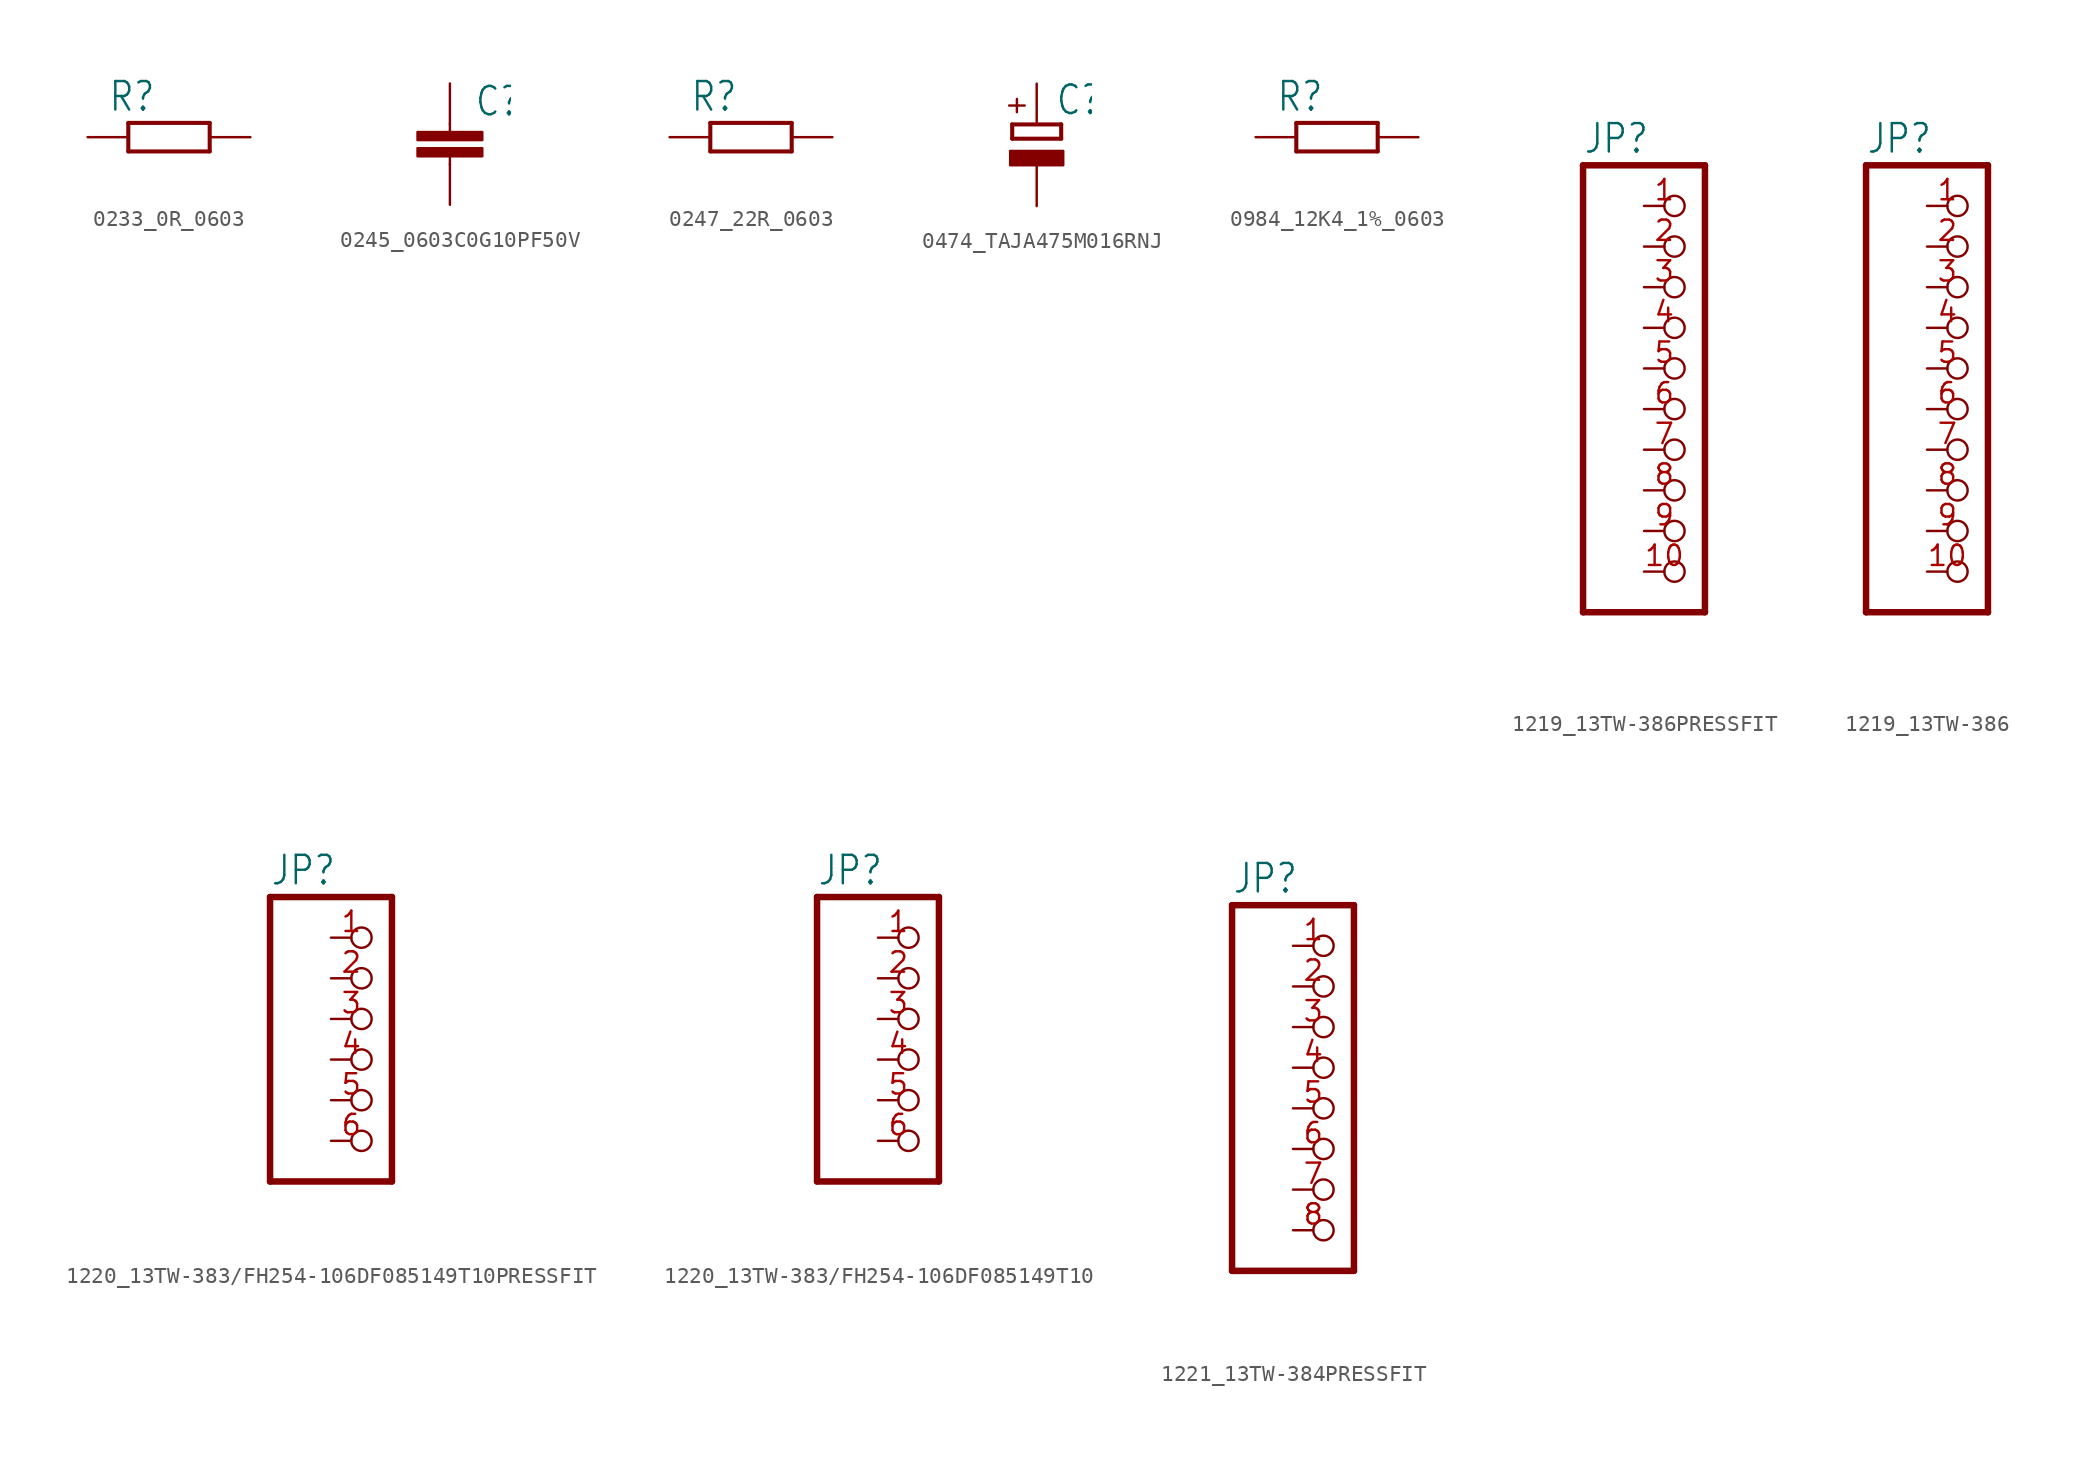
<source format=kicad_sym>
(kicad_symbol_lib
  (version 20220914)
  (generator kicad_symbol_editor)
  (symbol "0233_0R_0603"
    (property "Reference" "R"
      (at -3.81 1.499 0)
      (effects (font (size 1.778 1.511)) (justify left bottom)))
    (property "Value" ""
      (at -3.81 -3.302 0)
      (effects (font (size 1.778 1.511)) (justify left bottom)))
    (property "ki_locked" ""
      (at 0 0 0)
      (effects (font (size 1.27 1.27))))
    (symbol "0233_0R_0603_1_0"
      (polyline (pts (xy -2.54 -0.889) (xy -2.54 0.889)) (stroke (width 0.254) (type solid)) (fill (type none)))
      (polyline (pts (xy -2.54 -0.889) (xy 2.54 -0.889)) (stroke (width 0.254) (type solid)) (fill (type none)))
      (polyline (pts (xy 2.54 -0.889) (xy 2.54 0.889)) (stroke (width 0.254) (type solid)) (fill (type none)))
      (polyline (pts (xy 2.54 0.889) (xy -2.54 0.889)) (stroke (width 0.254) (type solid)) (fill (type none)))
      (pin passive line (at -5.08 0 0) (length 2.54) (name "1" (effects (font (size 0 0)))) (number "1" (effects (font (size 0 0)))))
      (pin passive line (at 5.08 0 180) (length 2.54) (name "2" (effects (font (size 0 0)))) (number "2" (effects (font (size 0 0)))))))
  (symbol "0245_0603C0G10PF50V"
    (property "Reference" "C"
      (at 1.524 0.381 0)
      (effects (font (size 1.778 1.511)) (justify left bottom)))
    (property "Value" ""
      (at 1.524 -4.699 0)
      (effects (font (size 1.778 1.511)) (justify left bottom)))
    (property "ki_locked" ""
      (at 0 0 0)
      (effects (font (size 1.27 1.27))))
    (symbol "0245_0603C0G10PF50V_1_0"
      (rectangle (start -2.032 -2.032) (end 2.032 -1.524) (stroke (width 0) (type default)) (fill (type outline)))
      (rectangle (start -2.032 -1.016) (end 2.032 -0.508) (stroke (width 0) (type default)) (fill (type outline)))
      (polyline (pts (xy 0 -2.54) (xy 0 -2.032)) (stroke (width 0.152) (type solid)) (fill (type none)))
      (polyline (pts (xy 0 0) (xy 0 -0.508)) (stroke (width 0.152) (type solid)) (fill (type none)))
      (pin passive line (at 0 2.54 270) (length 2.54) (name "1" (effects (font (size 0 0)))) (number "1" (effects (font (size 0 0)))))
      (pin passive line (at 0 -5.08 90) (length 2.54) (name "2" (effects (font (size 0 0)))) (number "2" (effects (font (size 0 0)))))))
  (symbol "0247_22R_0603"
    (property "Reference" "R"
      (at -3.81 1.499 0)
      (effects (font (size 1.778 1.511)) (justify left bottom)))
    (property "Value" ""
      (at -3.81 -3.302 0)
      (effects (font (size 1.778 1.511)) (justify left bottom)))
    (property "ki_locked" ""
      (at 0 0 0)
      (effects (font (size 1.27 1.27))))
    (symbol "0247_22R_0603_1_0"
      (polyline (pts (xy -2.54 -0.889) (xy -2.54 0.889)) (stroke (width 0.254) (type solid)) (fill (type none)))
      (polyline (pts (xy -2.54 -0.889) (xy 2.54 -0.889)) (stroke (width 0.254) (type solid)) (fill (type none)))
      (polyline (pts (xy 2.54 -0.889) (xy 2.54 0.889)) (stroke (width 0.254) (type solid)) (fill (type none)))
      (polyline (pts (xy 2.54 0.889) (xy -2.54 0.889)) (stroke (width 0.254) (type solid)) (fill (type none)))
      (pin passive line (at -5.08 0 0) (length 2.54) (name "1" (effects (font (size 0 0)))) (number "1" (effects (font (size 0 0)))))
      (pin passive line (at 5.08 0 180) (length 2.54) (name "2" (effects (font (size 0 0)))) (number "2" (effects (font (size 0 0)))))))
  (symbol "0474_TAJA475M016RNJ"
    (property "Reference" "C"
      (at 1.143 0.483 0)
      (effects (font (size 1.778 1.511)) (justify left bottom)))
    (property "Value" ""
      (at 1.143 -4.597 0)
      (effects (font (size 1.778 1.511)) (justify left bottom)))
    (property "ki_locked" ""
      (at 0 0 0)
      (effects (font (size 1.27 1.27))))
    (symbol "0474_TAJA475M016RNJ_1_0"
      (rectangle (start -1.651 -2.54) (end 1.651 -1.651) (stroke (width 0) (type default)) (fill (type outline)))
      (polyline (pts (xy -1.524 -0.889) (xy 1.524 -0.889)) (stroke (width 0.254) (type solid)) (fill (type none)))
      (polyline (pts (xy -1.524 0) (xy -1.524 -0.889)) (stroke (width 0.254) (type solid)) (fill (type none)))
      (polyline (pts (xy -1.524 0) (xy 1.524 0)) (stroke (width 0.254) (type solid)) (fill (type none)))
      (polyline (pts (xy 1.524 -0.889) (xy 1.524 0)) (stroke (width 0.254) (type solid)) (fill (type none)))
      (text "+" (at -0.584 0.406 900) (effects (font (size 1.27 1.079)) (justify left bottom)))
      (pin passive line (at 0 2.54 270) (length 2.54) (name "+" (effects (font (size 0 0)))) (number "+" (effects (font (size 0 0)))))
      (pin passive line (at 0 -5.08 90) (length 2.54) (name "-" (effects (font (size 0 0)))) (number "-" (effects (font (size 0 0)))))))
  (symbol "0984_12K4_1%_0603"
    (property "Reference" "R"
      (at -3.81 1.499 0)
      (effects (font (size 1.778 1.511)) (justify left bottom)))
    (property "Value" ""
      (at -3.81 -3.302 0)
      (effects (font (size 1.778 1.511)) (justify left bottom)))
    (property "ki_locked" ""
      (at 0 0 0)
      (effects (font (size 1.27 1.27))))
    (symbol "0984_12K4_1%_0603_1_0"
      (polyline (pts (xy -2.54 -0.889) (xy -2.54 0.889)) (stroke (width 0.254) (type solid)) (fill (type none)))
      (polyline (pts (xy -2.54 -0.889) (xy 2.54 -0.889)) (stroke (width 0.254) (type solid)) (fill (type none)))
      (polyline (pts (xy 2.54 -0.889) (xy 2.54 0.889)) (stroke (width 0.254) (type solid)) (fill (type none)))
      (polyline (pts (xy 2.54 0.889) (xy -2.54 0.889)) (stroke (width 0.254) (type solid)) (fill (type none)))
      (pin passive line (at -5.08 0 0) (length 2.54) (name "1" (effects (font (size 0 0)))) (number "1" (effects (font (size 0 0)))))
      (pin passive line (at 5.08 0 180) (length 2.54) (name "2" (effects (font (size 0 0)))) (number "2" (effects (font (size 0 0)))))))
  (symbol "1219_13TW-386PRESSFIT"
    (property "Reference" "JP"
      (at -6.35 13.335 0)
      (effects (font (size 1.778 1.511)) (justify left bottom)))
    (property "Value" ""
      (at -6.35 -17.78 0)
      (effects (font (size 1.778 1.511)) (justify left bottom)))
    (property "ki_locked" ""
      (at 0 0 0)
      (effects (font (size 1.27 1.27))))
    (symbol "1219_13TW-386PRESSFIT_1_0"
      (polyline (pts (xy -6.35 -15.24) (xy 1.27 -15.24)) (stroke (width 0.406) (type solid)) (fill (type none)))
      (polyline (pts (xy -6.35 12.7) (xy -6.35 -15.24)) (stroke (width 0.406) (type solid)) (fill (type none)))
      (polyline (pts (xy 1.27 -15.24) (xy 1.27 12.7)) (stroke (width 0.406) (type solid)) (fill (type none)))
      (polyline (pts (xy 1.27 12.7) (xy -6.35 12.7)) (stroke (width 0.406) (type solid)) (fill (type none)))
      (pin passive inverted (at -2.54 10.16 0) (length 2.54) (name "1" (effects (font (size 0 0)))) (number "1" (effects (font (size 1.27 1.27)))))
      (pin passive inverted (at -2.54 -12.7 0) (length 2.54) (name "10" (effects (font (size 0 0)))) (number "10" (effects (font (size 1.27 1.27)))))
      (pin passive inverted (at -2.54 7.62 0) (length 2.54) (name "2" (effects (font (size 0 0)))) (number "2" (effects (font (size 1.27 1.27)))))
      (pin passive inverted (at -2.54 5.08 0) (length 2.54) (name "3" (effects (font (size 0 0)))) (number "3" (effects (font (size 1.27 1.27)))))
      (pin passive inverted (at -2.54 2.54 0) (length 2.54) (name "4" (effects (font (size 0 0)))) (number "4" (effects (font (size 1.27 1.27)))))
      (pin passive inverted (at -2.54 0 0) (length 2.54) (name "5" (effects (font (size 0 0)))) (number "5" (effects (font (size 1.27 1.27)))))
      (pin passive inverted (at -2.54 -2.54 0) (length 2.54) (name "6" (effects (font (size 0 0)))) (number "6" (effects (font (size 1.27 1.27)))))
      (pin passive inverted (at -2.54 -5.08 0) (length 2.54) (name "7" (effects (font (size 0 0)))) (number "7" (effects (font (size 1.27 1.27)))))
      (pin passive inverted (at -2.54 -7.62 0) (length 2.54) (name "8" (effects (font (size 0 0)))) (number "8" (effects (font (size 1.27 1.27)))))
      (pin passive inverted (at -2.54 -10.16 0) (length 2.54) (name "9" (effects (font (size 0 0)))) (number "9" (effects (font (size 1.27 1.27)))))))
  (symbol "1219_13TW-386"
    (property "Reference" "JP"
      (at -6.35 13.335 0)
      (effects (font (size 1.778 1.511)) (justify left bottom)))
    (property "Value" ""
      (at -6.35 -17.78 0)
      (effects (font (size 1.778 1.511)) (justify left bottom)))
    (property "ki_locked" ""
      (at 0 0 0)
      (effects (font (size 1.27 1.27))))
    (symbol "1219_13TW-386_1_0"
      (polyline (pts (xy -6.35 -15.24) (xy 1.27 -15.24)) (stroke (width 0.406) (type solid)) (fill (type none)))
      (polyline (pts (xy -6.35 12.7) (xy -6.35 -15.24)) (stroke (width 0.406) (type solid)) (fill (type none)))
      (polyline (pts (xy 1.27 -15.24) (xy 1.27 12.7)) (stroke (width 0.406) (type solid)) (fill (type none)))
      (polyline (pts (xy 1.27 12.7) (xy -6.35 12.7)) (stroke (width 0.406) (type solid)) (fill (type none)))
      (pin passive inverted (at -2.54 10.16 0) (length 2.54) (name "1" (effects (font (size 0 0)))) (number "1" (effects (font (size 1.27 1.27)))))
      (pin passive inverted (at -2.54 -12.7 0) (length 2.54) (name "10" (effects (font (size 0 0)))) (number "10" (effects (font (size 1.27 1.27)))))
      (pin passive inverted (at -2.54 7.62 0) (length 2.54) (name "2" (effects (font (size 0 0)))) (number "2" (effects (font (size 1.27 1.27)))))
      (pin passive inverted (at -2.54 5.08 0) (length 2.54) (name "3" (effects (font (size 0 0)))) (number "3" (effects (font (size 1.27 1.27)))))
      (pin passive inverted (at -2.54 2.54 0) (length 2.54) (name "4" (effects (font (size 0 0)))) (number "4" (effects (font (size 1.27 1.27)))))
      (pin passive inverted (at -2.54 0 0) (length 2.54) (name "5" (effects (font (size 0 0)))) (number "5" (effects (font (size 1.27 1.27)))))
      (pin passive inverted (at -2.54 -2.54 0) (length 2.54) (name "6" (effects (font (size 0 0)))) (number "6" (effects (font (size 1.27 1.27)))))
      (pin passive inverted (at -2.54 -5.08 0) (length 2.54) (name "7" (effects (font (size 0 0)))) (number "7" (effects (font (size 1.27 1.27)))))
      (pin passive inverted (at -2.54 -7.62 0) (length 2.54) (name "8" (effects (font (size 0 0)))) (number "8" (effects (font (size 1.27 1.27)))))
      (pin passive inverted (at -2.54 -10.16 0) (length 2.54) (name "9" (effects (font (size 0 0)))) (number "9" (effects (font (size 1.27 1.27)))))))
  (symbol "1220_13TW-383/FH254-106DF085149T10PRESSFIT"
    (property "Reference" "JP"
      (at -6.35 10.795 0)
      (effects (font (size 1.778 1.511)) (justify left bottom)))
    (property "Value" ""
      (at -6.35 -10.16 0)
      (effects (font (size 1.778 1.511)) (justify left bottom)))
    (property "ki_locked" ""
      (at 0 0 0)
      (effects (font (size 1.27 1.27))))
    (symbol "1220_13TW-383/FH254-106DF085149T10PRESSFIT_1_0"
      (polyline (pts (xy -6.35 -7.62) (xy 1.27 -7.62)) (stroke (width 0.406) (type solid)) (fill (type none)))
      (polyline (pts (xy -6.35 10.16) (xy -6.35 -7.62)) (stroke (width 0.406) (type solid)) (fill (type none)))
      (polyline (pts (xy 1.27 -7.62) (xy 1.27 10.16)) (stroke (width 0.406) (type solid)) (fill (type none)))
      (polyline (pts (xy 1.27 10.16) (xy -6.35 10.16)) (stroke (width 0.406) (type solid)) (fill (type none)))
      (pin passive inverted (at -2.54 7.62 0) (length 2.54) (name "1" (effects (font (size 0 0)))) (number "1" (effects (font (size 1.27 1.27)))))
      (pin passive inverted (at -2.54 5.08 0) (length 2.54) (name "2" (effects (font (size 0 0)))) (number "2" (effects (font (size 1.27 1.27)))))
      (pin passive inverted (at -2.54 2.54 0) (length 2.54) (name "3" (effects (font (size 0 0)))) (number "3" (effects (font (size 1.27 1.27)))))
      (pin passive inverted (at -2.54 0 0) (length 2.54) (name "4" (effects (font (size 0 0)))) (number "4" (effects (font (size 1.27 1.27)))))
      (pin passive inverted (at -2.54 -2.54 0) (length 2.54) (name "5" (effects (font (size 0 0)))) (number "5" (effects (font (size 1.27 1.27)))))
      (pin passive inverted (at -2.54 -5.08 0) (length 2.54) (name "6" (effects (font (size 0 0)))) (number "6" (effects (font (size 1.27 1.27)))))))
  (symbol "1220_13TW-383/FH254-106DF085149T10"
    (property "Reference" "JP"
      (at -6.35 10.795 0)
      (effects (font (size 1.778 1.511)) (justify left bottom)))
    (property "Value" ""
      (at -6.35 -10.16 0)
      (effects (font (size 1.778 1.511)) (justify left bottom)))
    (property "ki_locked" ""
      (at 0 0 0)
      (effects (font (size 1.27 1.27))))
    (symbol "1220_13TW-383/FH254-106DF085149T10_1_0"
      (polyline (pts (xy -6.35 -7.62) (xy 1.27 -7.62)) (stroke (width 0.406) (type solid)) (fill (type none)))
      (polyline (pts (xy -6.35 10.16) (xy -6.35 -7.62)) (stroke (width 0.406) (type solid)) (fill (type none)))
      (polyline (pts (xy 1.27 -7.62) (xy 1.27 10.16)) (stroke (width 0.406) (type solid)) (fill (type none)))
      (polyline (pts (xy 1.27 10.16) (xy -6.35 10.16)) (stroke (width 0.406) (type solid)) (fill (type none)))
      (pin passive inverted (at -2.54 7.62 0) (length 2.54) (name "1" (effects (font (size 0 0)))) (number "1" (effects (font (size 1.27 1.27)))))
      (pin passive inverted (at -2.54 5.08 0) (length 2.54) (name "2" (effects (font (size 0 0)))) (number "2" (effects (font (size 1.27 1.27)))))
      (pin passive inverted (at -2.54 2.54 0) (length 2.54) (name "3" (effects (font (size 0 0)))) (number "3" (effects (font (size 1.27 1.27)))))
      (pin passive inverted (at -2.54 0 0) (length 2.54) (name "4" (effects (font (size 0 0)))) (number "4" (effects (font (size 1.27 1.27)))))
      (pin passive inverted (at -2.54 -2.54 0) (length 2.54) (name "5" (effects (font (size 0 0)))) (number "5" (effects (font (size 1.27 1.27)))))
      (pin passive inverted (at -2.54 -5.08 0) (length 2.54) (name "6" (effects (font (size 0 0)))) (number "6" (effects (font (size 1.27 1.27)))))))
  (symbol "1221_13TW-384PRESSFIT"
    (property "Reference" "JP"
      (at -6.35 13.335 0)
      (effects (font (size 1.778 1.511)) (justify left bottom)))
    (property "Value" ""
      (at -6.35 -12.7 0)
      (effects (font (size 1.778 1.511)) (justify left bottom)))
    (property "ki_locked" ""
      (at 0 0 0)
      (effects (font (size 1.27 1.27))))
    (symbol "1221_13TW-384PRESSFIT_1_0"
      (polyline (pts (xy -6.35 -10.16) (xy 1.27 -10.16)) (stroke (width 0.406) (type solid)) (fill (type none)))
      (polyline (pts (xy -6.35 12.7) (xy -6.35 -10.16)) (stroke (width 0.406) (type solid)) (fill (type none)))
      (polyline (pts (xy 1.27 -10.16) (xy 1.27 12.7)) (stroke (width 0.406) (type solid)) (fill (type none)))
      (polyline (pts (xy 1.27 12.7) (xy -6.35 12.7)) (stroke (width 0.406) (type solid)) (fill (type none)))
      (pin passive inverted (at -2.54 10.16 0) (length 2.54) (name "1" (effects (font (size 0 0)))) (number "1" (effects (font (size 1.27 1.27)))))
      (pin passive inverted (at -2.54 7.62 0) (length 2.54) (name "2" (effects (font (size 0 0)))) (number "2" (effects (font (size 1.27 1.27)))))
      (pin passive inverted (at -2.54 5.08 0) (length 2.54) (name "3" (effects (font (size 0 0)))) (number "3" (effects (font (size 1.27 1.27)))))
      (pin passive inverted (at -2.54 2.54 0) (length 2.54) (name "4" (effects (font (size 0 0)))) (number "4" (effects (font (size 1.27 1.27)))))
      (pin passive inverted (at -2.54 0 0) (length 2.54) (name "5" (effects (font (size 0 0)))) (number "5" (effects (font (size 1.27 1.27)))))
      (pin passive inverted (at -2.54 -2.54 0) (length 2.54) (name "6" (effects (font (size 0 0)))) (number "6" (effects (font (size 1.27 1.27)))))
      (pin passive inverted (at -2.54 -5.08 0) (length 2.54) (name "7" (effects (font (size 0 0)))) (number "7" (effects (font (size 1.27 1.27)))))
      (pin passive inverted (at -2.54 -7.62 0) (length 2.54) (name "8" (effects (font (size 0 0)))) (number "8" (effects (font (size 1.27 1.27))))))))
</source>
